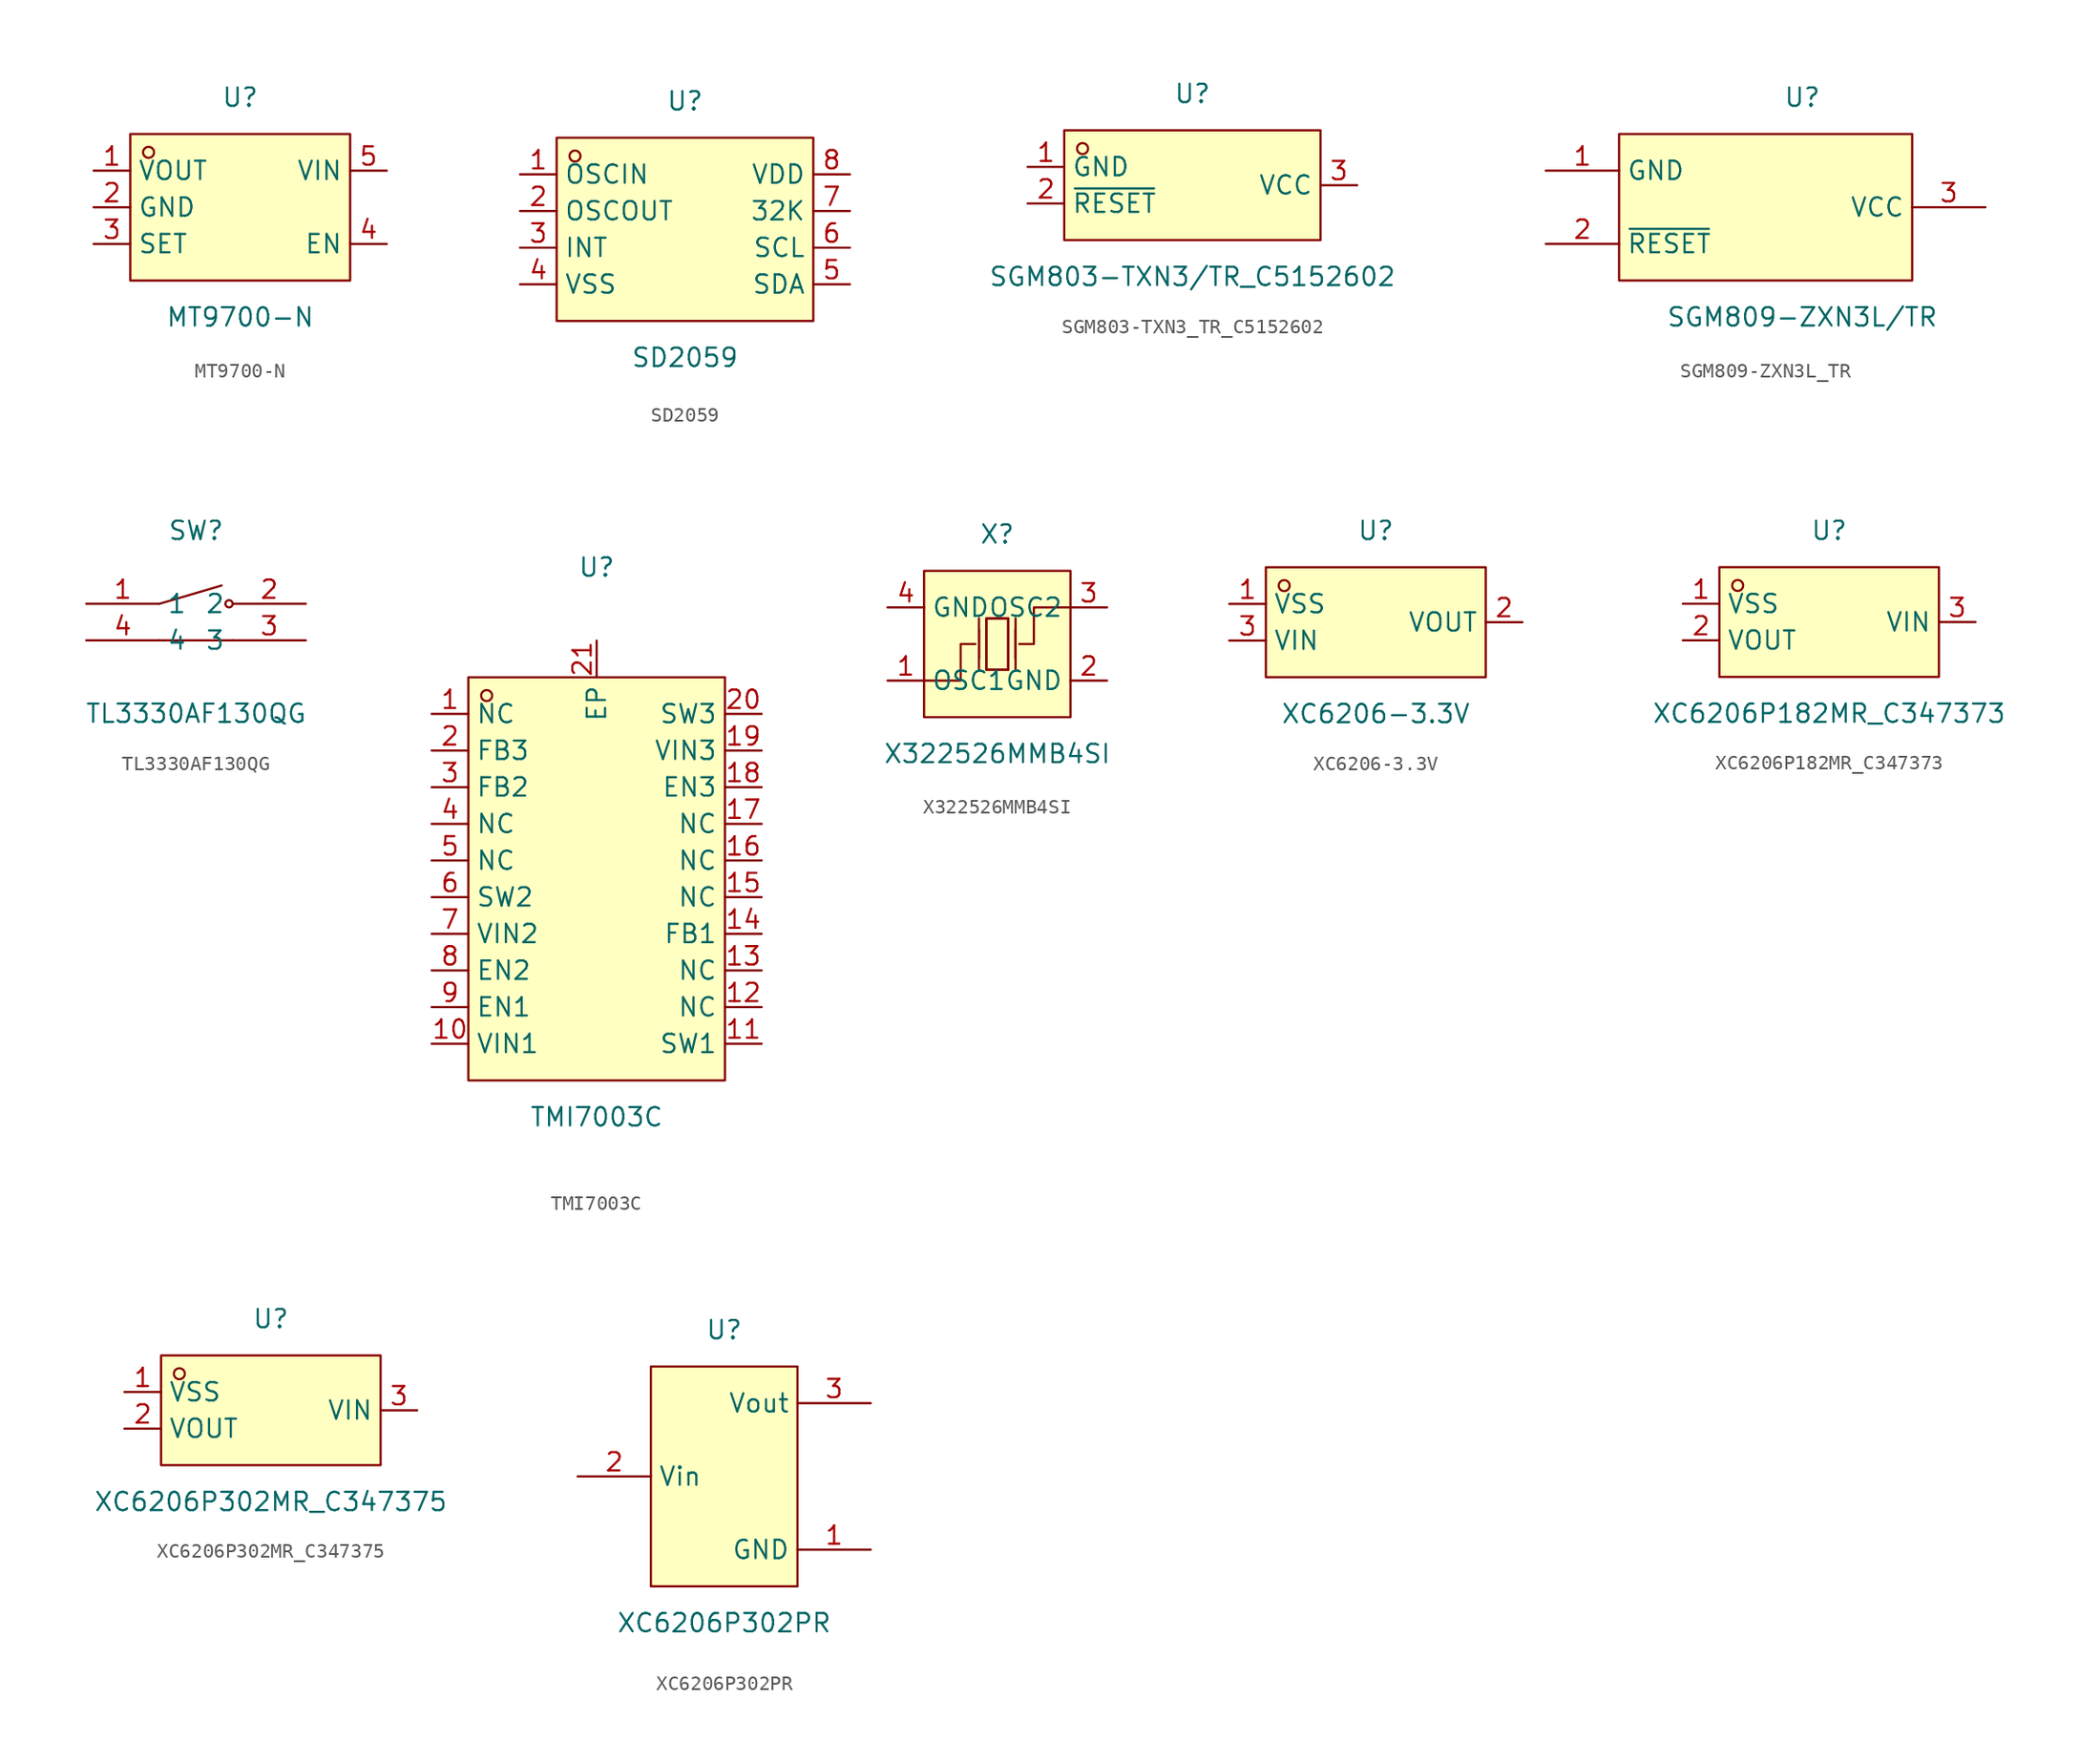
<source format=kicad_sym>
(kicad_symbol_lib
  (version 20211014)
  (generator https://github.com/uPesy/easyeda2kicad.py)
  (symbol "MT9700-N"
    (property "Reference" "U"
      (at 0 7.62 0)
      (effects (font (size 1.27 1.27))))
    (property "Value" "MT9700-N"
      (at 0 -7.62 0)
      (effects (font (size 1.27 1.27))))
    (symbol "MT9700-N_0_1"
      (rectangle (start -7.62 5.08) (end 7.62 -5.08) (stroke (width 0) (type default) (color 0 0 0 0)) (fill (type background)))
      (circle (center -6.35 3.81) (radius 0.38) (stroke (width 0) (type default) (color 0 0 0 0)) (fill (type none)))
      (pin unspecified line (at -10.16 2.54 0) (length 2.54) (name "VOUT" (effects (font (size 1.27 1.27)))) (number "1" (effects (font (size 1.27 1.27)))))
      (pin unspecified line (at -10.16 -0.00 0) (length 2.54) (name "GND" (effects (font (size 1.27 1.27)))) (number "2" (effects (font (size 1.27 1.27)))))
      (pin unspecified line (at -10.16 -2.54 0) (length 2.54) (name "SET" (effects (font (size 1.27 1.27)))) (number "3" (effects (font (size 1.27 1.27)))))
      (pin unspecified line (at 10.16 -2.54 180) (length 2.54) (name "EN" (effects (font (size 1.27 1.27)))) (number "4" (effects (font (size 1.27 1.27)))))
      (pin unspecified line (at 10.16 2.54 180) (length 2.54) (name "VIN" (effects (font (size 1.27 1.27)))) (number "5" (effects (font (size 1.27 1.27)))))))
  (symbol "SD2059"
    (property "Reference" "U"
      (at 0 8.89 0)
      (effects (font (size 1.27 1.27))))
    (property "Value" "SD2059"
      (at 0 -8.89 0)
      (effects (font (size 1.27 1.27))))
    (symbol "SD2059_0_1"
      (rectangle (start -8.89 6.35) (end 8.89 -6.35) (stroke (width 0) (type default) (color 0 0 0 0)) (fill (type background)))
      (circle (center -7.62 5.08) (radius 0.38) (stroke (width 0) (type default) (color 0 0 0 0)) (fill (type none)))
      (pin unspecified line (at -11.43 3.81 0) (length 2.54) (name "OSCIN" (effects (font (size 1.27 1.27)))) (number "1" (effects (font (size 1.27 1.27)))))
      (pin unspecified line (at -11.43 1.27 0) (length 2.54) (name "OSCOUT" (effects (font (size 1.27 1.27)))) (number "2" (effects (font (size 1.27 1.27)))))
      (pin unspecified line (at -11.43 -1.27 0) (length 2.54) (name "INT" (effects (font (size 1.27 1.27)))) (number "3" (effects (font (size 1.27 1.27)))))
      (pin unspecified line (at -11.43 -3.81 0) (length 2.54) (name "VSS" (effects (font (size 1.27 1.27)))) (number "4" (effects (font (size 1.27 1.27)))))
      (pin unspecified line (at 11.43 -3.81 180) (length 2.54) (name "SDA" (effects (font (size 1.27 1.27)))) (number "5" (effects (font (size 1.27 1.27)))))
      (pin unspecified line (at 11.43 -1.27 180) (length 2.54) (name "SCL" (effects (font (size 1.27 1.27)))) (number "6" (effects (font (size 1.27 1.27)))))
      (pin unspecified line (at 11.43 1.27 180) (length 2.54) (name "32K" (effects (font (size 1.27 1.27)))) (number "7" (effects (font (size 1.27 1.27)))))
      (pin unspecified line (at 11.43 3.81 180) (length 2.54) (name "VDD" (effects (font (size 1.27 1.27)))) (number "8" (effects (font (size 1.27 1.27)))))))
  (symbol "SGM803-TXN3_TR_C5152602"
    (property "Reference" "U"
      (at 0 6.35 0)
      (effects (font (size 1.27 1.27))))
    (property "Value" "SGM803-TXN3/TR_C5152602"
      (at 0 -6.35 0)
      (effects (font (size 1.27 1.27))))
    (symbol "SGM803-TXN3_TR_C5152602_0_1"
      (rectangle (start -8.89 3.81) (end 8.89 -3.81) (stroke (width 0) (type default) (color 0 0 0 0)) (fill (type background)))
      (circle (center -7.62 2.54) (radius 0.38) (stroke (width 0) (type default) (color 0 0 0 0)) (fill (type none)))
      (pin unspecified line (at -11.43 1.27 0) (length 2.54) (name "GND" (effects (font (size 1.27 1.27)))) (number "1" (effects (font (size 1.27 1.27)))))
      (pin unspecified line (at -11.43 -1.27 0) (length 2.54) (name "~{RESET}" (effects (font (size 1.27 1.27)))) (number "2" (effects (font (size 1.27 1.27)))))
      (pin unspecified line (at 11.43 -0.00 180) (length 2.54) (name "VCC" (effects (font (size 1.27 1.27)))) (number "3" (effects (font (size 1.27 1.27)))))))
  (symbol "SGM809-ZXN3L_TR"
    (property "Reference" "U"
      (at 0 7.62 0)
      (effects (font (size 1.27 1.27))))
    (property "Value" "SGM809-ZXN3L/TR"
      (at 0 -7.62 0)
      (effects (font (size 1.27 1.27))))
    (symbol "SGM809-ZXN3L_TR_0_1"
      (rectangle (start -12.70 5.08) (end 7.62 -5.08) (stroke (width 0) (type default) (color 0 0 0 0)) (fill (type background)))
      (pin unspecified line (at 12.70 -0.00 180) (length 5.08) (name "VCC" (effects (font (size 1.27 1.27)))) (number "3" (effects (font (size 1.27 1.27)))))
      (pin unspecified line (at -17.78 -2.54 0) (length 5.08) (name "~{RESET}" (effects (font (size 1.27 1.27)))) (number "2" (effects (font (size 1.27 1.27)))))
      (pin unspecified line (at -17.78 2.54 0) (length 5.08) (name "GND" (effects (font (size 1.27 1.27)))) (number "1" (effects (font (size 1.27 1.27)))))))
  (symbol "TL3330AF130QG"
    (property "Reference" "SW"
      (at 0 5.08 0)
      (effects (font (size 1.27 1.27))))
    (property "Value" "TL3330AF130QG"
      (at 0 -7.62 0)
      (effects (font (size 1.27 1.27))))
    (symbol "TL3330AF130QG_0_1"
      (circle (center 2.29 -0.00) (radius 0.25) (stroke (width 0) (type default) (color 0 0 0 0)) (fill (type none)))
      (polyline (pts (xy 2.54 -2.54) (xy -2.54 -2.54)) (stroke (width 0) (type default) (color 0 0 0 0)) (fill (type none)))
      (polyline (pts (xy -2.54 -0.00) (xy 1.78 1.27)) (stroke (width 0) (type default) (color 0 0 0 0)) (fill (type none)))
      (pin unspecified line (at -7.62 -0.00 0) (length 5.08) (name "1" (effects (font (size 1.27 1.27)))) (number "1" (effects (font (size 1.27 1.27)))))
      (pin unspecified line (at 7.62 -0.00 180) (length 5.08) (name "2" (effects (font (size 1.27 1.27)))) (number "2" (effects (font (size 1.27 1.27)))))
      (pin unspecified line (at 7.62 -2.54 180) (length 5.08) (name "3" (effects (font (size 1.27 1.27)))) (number "3" (effects (font (size 1.27 1.27)))))
      (pin unspecified line (at -7.62 -2.54 0) (length 5.08) (name "4" (effects (font (size 1.27 1.27)))) (number "4" (effects (font (size 1.27 1.27)))))))
  (symbol "TMI7003C"
    (property "Reference" "U"
      (at 0 21.59 0)
      (effects (font (size 1.27 1.27))))
    (property "Value" "TMI7003C"
      (at 0 -16.51 0)
      (effects (font (size 1.27 1.27))))
    (symbol "TMI7003C_0_1"
      (rectangle (start -8.89 13.97) (end 8.89 -13.97) (stroke (width 0) (type default) (color 0 0 0 0)) (fill (type background)))
      (circle (center -7.62 12.70) (radius 0.38) (stroke (width 0) (type default) (color 0 0 0 0)) (fill (type none)))
      (pin unspecified line (at -11.43 11.43 0) (length 2.54) (name "NC" (effects (font (size 1.27 1.27)))) (number "1" (effects (font (size 1.27 1.27)))))
      (pin unspecified line (at -11.43 8.89 0) (length 2.54) (name "FB3" (effects (font (size 1.27 1.27)))) (number "2" (effects (font (size 1.27 1.27)))))
      (pin unspecified line (at -11.43 6.35 0) (length 2.54) (name "FB2" (effects (font (size 1.27 1.27)))) (number "3" (effects (font (size 1.27 1.27)))))
      (pin unspecified line (at -11.43 3.81 0) (length 2.54) (name "NC" (effects (font (size 1.27 1.27)))) (number "4" (effects (font (size 1.27 1.27)))))
      (pin unspecified line (at -11.43 1.27 0) (length 2.54) (name "NC" (effects (font (size 1.27 1.27)))) (number "5" (effects (font (size 1.27 1.27)))))
      (pin unspecified line (at -11.43 -1.27 0) (length 2.54) (name "SW2" (effects (font (size 1.27 1.27)))) (number "6" (effects (font (size 1.27 1.27)))))
      (pin unspecified line (at -11.43 -3.81 0) (length 2.54) (name "VIN2" (effects (font (size 1.27 1.27)))) (number "7" (effects (font (size 1.27 1.27)))))
      (pin unspecified line (at -11.43 -6.35 0) (length 2.54) (name "EN2" (effects (font (size 1.27 1.27)))) (number "8" (effects (font (size 1.27 1.27)))))
      (pin unspecified line (at -11.43 -8.89 0) (length 2.54) (name "EN1" (effects (font (size 1.27 1.27)))) (number "9" (effects (font (size 1.27 1.27)))))
      (pin unspecified line (at -11.43 -11.43 0) (length 2.54) (name "VIN1" (effects (font (size 1.27 1.27)))) (number "10" (effects (font (size 1.27 1.27)))))
      (pin unspecified line (at 11.43 -11.43 180) (length 2.54) (name "SW1" (effects (font (size 1.27 1.27)))) (number "11" (effects (font (size 1.27 1.27)))))
      (pin unspecified line (at 11.43 -8.89 180) (length 2.54) (name "NC" (effects (font (size 1.27 1.27)))) (number "12" (effects (font (size 1.27 1.27)))))
      (pin unspecified line (at 11.43 -6.35 180) (length 2.54) (name "NC" (effects (font (size 1.27 1.27)))) (number "13" (effects (font (size 1.27 1.27)))))
      (pin unspecified line (at 11.43 -3.81 180) (length 2.54) (name "FB1" (effects (font (size 1.27 1.27)))) (number "14" (effects (font (size 1.27 1.27)))))
      (pin unspecified line (at 11.43 -1.27 180) (length 2.54) (name "NC" (effects (font (size 1.27 1.27)))) (number "15" (effects (font (size 1.27 1.27)))))
      (pin unspecified line (at 11.43 1.27 180) (length 2.54) (name "NC" (effects (font (size 1.27 1.27)))) (number "16" (effects (font (size 1.27 1.27)))))
      (pin unspecified line (at 11.43 3.81 180) (length 2.54) (name "NC" (effects (font (size 1.27 1.27)))) (number "17" (effects (font (size 1.27 1.27)))))
      (pin unspecified line (at 11.43 6.35 180) (length 2.54) (name "EN3" (effects (font (size 1.27 1.27)))) (number "18" (effects (font (size 1.27 1.27)))))
      (pin unspecified line (at 11.43 8.89 180) (length 2.54) (name "VIN3" (effects (font (size 1.27 1.27)))) (number "19" (effects (font (size 1.27 1.27)))))
      (pin unspecified line (at 11.43 11.43 180) (length 2.54) (name "SW3" (effects (font (size 1.27 1.27)))) (number "20" (effects (font (size 1.27 1.27)))))
      (pin unspecified line (at 0.00 16.51 270) (length 2.54) (name "EP" (effects (font (size 1.27 1.27)))) (number "21" (effects (font (size 1.27 1.27)))))))
  (symbol "X322526MMB4SI"
    (property "Reference" "X"
      (at 0 7.62 0)
      (effects (font (size 1.27 1.27))))
    (property "Value" "X322526MMB4SI"
      (at 0 -7.62 0)
      (effects (font (size 1.27 1.27))))
    (symbol "X322526MMB4SI_0_1"
      (rectangle (start -5.08 5.08) (end 5.08 -5.08) (stroke (width 0) (type default) (color 0 0 0 0)) (fill (type background)))
      (polyline (pts (xy -1.27 -1.02) (xy -1.27 1.02)) (stroke (width 0) (type default) (color 0 0 0 0)) (fill (type none)))
      (polyline (pts (xy 0.76 -1.78) (xy -0.76 -1.78)) (stroke (width 0) (type default) (color 0 0 0 0)) (fill (type none)))
      (polyline (pts (xy 1.27 -1.02) (xy 1.27 1.02)) (stroke (width 0) (type default) (color 0 0 0 0)) (fill (type none)))
      (polyline (pts (xy -0.76 -1.78) (xy -0.76 1.78) (xy 0.76 1.78) (xy 0.76 -1.78)) (stroke (width 0) (type default) (color 0 0 0 0)) (fill (type none)))
      (polyline (pts (xy 5.08 2.54) (xy 2.54 2.54) (xy 2.54 -0.00) (xy 1.52 -0.00)) (stroke (width 0) (type default) (color 0 0 0 0)) (fill (type none)))
      (polyline (pts (xy -5.08 -2.54) (xy -2.54 -2.54) (xy -2.54 -0.00) (xy -1.52 -0.00)) (stroke (width 0) (type default) (color 0 0 0 0)) (fill (type none)))
      (polyline (pts (xy 1.27 -1.78) (xy 1.27 1.78)) (stroke (width 0) (type default) (color 0 0 0 0)) (fill (type none)))
      (polyline (pts (xy -1.27 -1.78) (xy -1.27 1.78)) (stroke (width 0) (type default) (color 0 0 0 0)) (fill (type none)))
      (polyline (pts (xy 0.76 1.78) (xy 0.76 -1.78) (xy -0.76 -1.78) (xy -0.76 1.78) (xy 0.76 1.78)) (stroke (width 0) (type default) (color 0 0 0 0)) (fill (type background)))
      (pin unspecified line (at -7.62 2.54 0) (length 2.54) (name "GND" (effects (font (size 1.27 1.27)))) (number "4" (effects (font (size 1.27 1.27)))))
      (pin unspecified line (at 7.62 -2.54 180) (length 2.54) (name "GND" (effects (font (size 1.27 1.27)))) (number "2" (effects (font (size 1.27 1.27)))))
      (pin unspecified line (at -7.62 -2.54 0) (length 2.54) (name "OSC1" (effects (font (size 1.27 1.27)))) (number "1" (effects (font (size 1.27 1.27)))))
      (pin unspecified line (at 7.62 2.54 180) (length 2.54) (name "OSC2" (effects (font (size 1.27 1.27)))) (number "3" (effects (font (size 1.27 1.27)))))))
  (symbol "XC6206-3.3V"
    (property "Reference" "U"
      (at 0 6.35 0)
      (effects (font (size 1.27 1.27))))
    (property "Value" "XC6206-3.3V"
      (at 0 -6.35 0)
      (effects (font (size 1.27 1.27))))
    (symbol "XC6206-3.3V_0_1"
      (rectangle (start -7.62 3.81) (end 7.62 -3.81) (stroke (width 0) (type default) (color 0 0 0 0)) (fill (type background)))
      (circle (center -6.35 2.54) (radius 0.38) (stroke (width 0) (type default) (color 0 0 0 0)) (fill (type none)))
      (pin unspecified line (at -10.16 1.27 0) (length 2.54) (name "VSS" (effects (font (size 1.27 1.27)))) (number "1" (effects (font (size 1.27 1.27)))))
      (pin unspecified line (at 10.16 -0.00 180) (length 2.54) (name "VOUT" (effects (font (size 1.27 1.27)))) (number "2" (effects (font (size 1.27 1.27)))))
      (pin unspecified line (at -10.16 -1.27 0) (length 2.54) (name "VIN" (effects (font (size 1.27 1.27)))) (number "3" (effects (font (size 1.27 1.27)))))))
  (symbol "XC6206P182MR_C347373"
    (property "Reference" "U"
      (at 0 6.35 0)
      (effects (font (size 1.27 1.27))))
    (property "Value" "XC6206P182MR_C347373"
      (at 0 -6.35 0)
      (effects (font (size 1.27 1.27))))
    (symbol "XC6206P182MR_C347373_0_1"
      (rectangle (start -7.62 3.81) (end 7.62 -3.81) (stroke (width 0) (type default) (color 0 0 0 0)) (fill (type background)))
      (circle (center -6.35 2.54) (radius 0.38) (stroke (width 0) (type default) (color 0 0 0 0)) (fill (type none)))
      (pin unspecified line (at -10.16 1.27 0) (length 2.54) (name "VSS" (effects (font (size 1.27 1.27)))) (number "1" (effects (font (size 1.27 1.27)))))
      (pin unspecified line (at -10.16 -1.27 0) (length 2.54) (name "VOUT" (effects (font (size 1.27 1.27)))) (number "2" (effects (font (size 1.27 1.27)))))
      (pin unspecified line (at 10.16 -0.00 180) (length 2.54) (name "VIN" (effects (font (size 1.27 1.27)))) (number "3" (effects (font (size 1.27 1.27)))))))
  (symbol "XC6206P302MR_C347375"
    (property "Reference" "U"
      (at 0 6.35 0)
      (effects (font (size 1.27 1.27))))
    (property "Value" "XC6206P302MR_C347375"
      (at 0 -6.35 0)
      (effects (font (size 1.27 1.27))))
    (symbol "XC6206P302MR_C347375_0_1"
      (rectangle (start -7.62 3.81) (end 7.62 -3.81) (stroke (width 0) (type default) (color 0 0 0 0)) (fill (type background)))
      (circle (center -6.35 2.54) (radius 0.38) (stroke (width 0) (type default) (color 0 0 0 0)) (fill (type none)))
      (pin unspecified line (at -10.16 1.27 0) (length 2.54) (name "VSS" (effects (font (size 1.27 1.27)))) (number "1" (effects (font (size 1.27 1.27)))))
      (pin unspecified line (at -10.16 -1.27 0) (length 2.54) (name "VOUT" (effects (font (size 1.27 1.27)))) (number "2" (effects (font (size 1.27 1.27)))))
      (pin unspecified line (at 10.16 -0.00 180) (length 2.54) (name "VIN" (effects (font (size 1.27 1.27)))) (number "3" (effects (font (size 1.27 1.27)))))))
  (symbol "XC6206P302PR"
    (property "Reference" "U"
      (at 0 10.16 0)
      (effects (font (size 1.27 1.27))))
    (property "Value" "XC6206P302PR"
      (at 0 -10.16 0)
      (effects (font (size 1.27 1.27))))
    (symbol "XC6206P302PR_0_1"
      (rectangle (start -5.08 7.62) (end 5.08 -7.62) (stroke (width 0) (type default) (color 0 0 0 0)) (fill (type background)))
      (pin unspecified line (at 10.16 -5.08 180) (length 5.08) (name "GND" (effects (font (size 1.27 1.27)))) (number "1" (effects (font (size 1.27 1.27)))))
      (pin unspecified line (at -10.16 -0.00 0) (length 5.08) (name "Vin" (effects (font (size 1.27 1.27)))) (number "2" (effects (font (size 1.27 1.27)))))
      (pin unspecified line (at 10.16 5.08 180) (length 5.08) (name "Vout" (effects (font (size 1.27 1.27)))) (number "3" (effects (font (size 1.27 1.27))))))))
</source>
